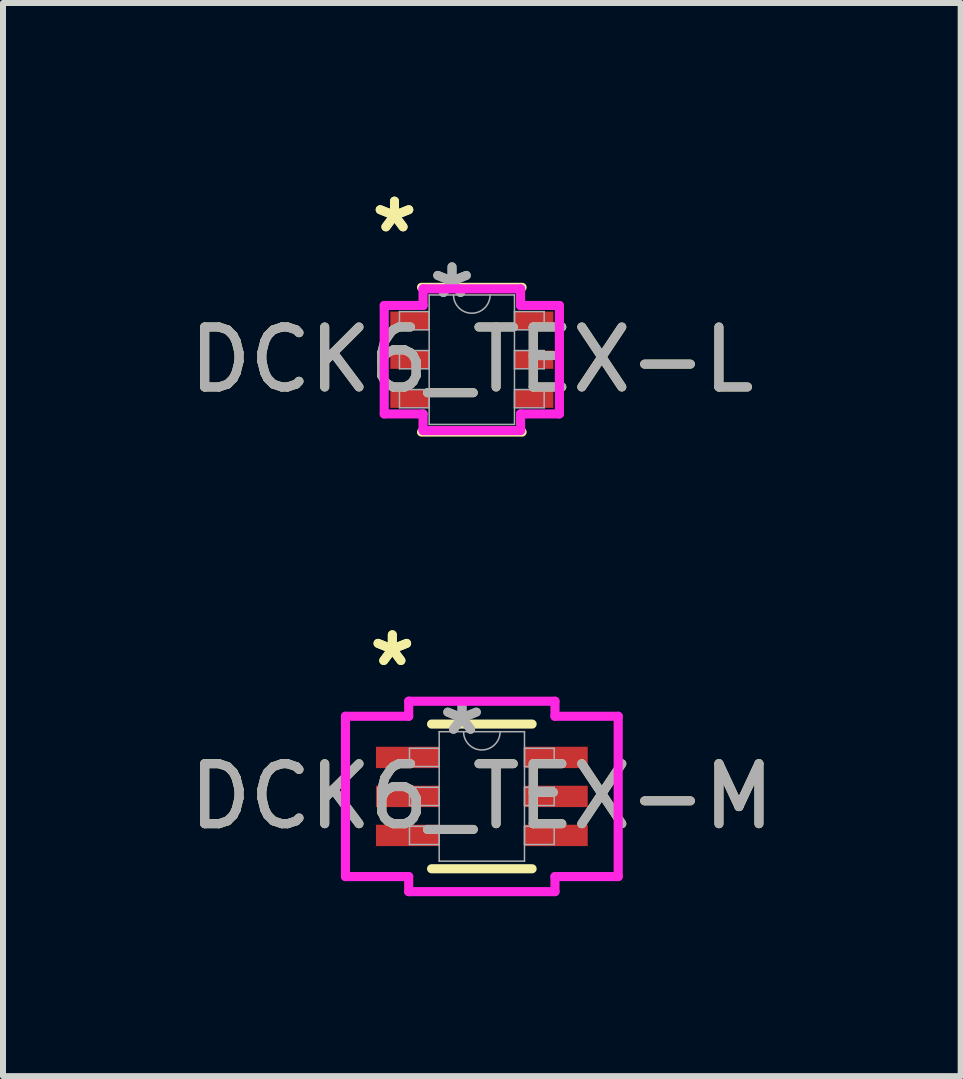
<source format=kicad_pcb>
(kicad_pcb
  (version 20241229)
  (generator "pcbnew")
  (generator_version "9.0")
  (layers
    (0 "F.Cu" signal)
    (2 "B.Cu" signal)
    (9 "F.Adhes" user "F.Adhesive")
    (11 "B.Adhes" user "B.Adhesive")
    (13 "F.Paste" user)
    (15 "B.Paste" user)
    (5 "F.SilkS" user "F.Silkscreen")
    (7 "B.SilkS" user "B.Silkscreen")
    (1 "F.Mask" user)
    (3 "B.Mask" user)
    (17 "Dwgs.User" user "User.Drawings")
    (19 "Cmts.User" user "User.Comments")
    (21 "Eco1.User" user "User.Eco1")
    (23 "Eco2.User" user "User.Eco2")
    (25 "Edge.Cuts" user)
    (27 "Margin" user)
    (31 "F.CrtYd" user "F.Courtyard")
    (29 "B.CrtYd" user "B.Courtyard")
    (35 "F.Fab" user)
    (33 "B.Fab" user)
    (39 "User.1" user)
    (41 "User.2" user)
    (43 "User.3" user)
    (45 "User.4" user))
  (footprint "DCK6_TEX-L"
    (layer "F.Cu")
    (at 4.815 2.946)
    (property "Reference" "DCK6_TEX-L" (at 0 0 0) (unlocked yes) (layer "F.SilkS") (effects (font (size 1 1) (thickness 0.15))))
    (attr smd)
    (fp_line (start -0.838 1.206) (end 0.838 1.206) (stroke (width 0.152) (type solid)) (layer "F.SilkS"))
    (fp_line (start 0.838 -1.206) (end -0.838 -1.206) (stroke (width 0.152) (type solid)) (layer "F.SilkS"))
    (fp_line (start -1.46 -0.904) (end -0.813 -0.904) (stroke (width 0.152) (type solid)) (layer "F.CrtYd"))
    (fp_line (start -1.46 0.904) (end -1.46 -0.904) (stroke (width 0.152) (type solid)) (layer "F.CrtYd"))
    (fp_line (start -1.46 0.904) (end -0.813 0.904) (stroke (width 0.152) (type solid)) (layer "F.CrtYd"))
    (fp_line (start -0.813 -1.181) (end 0.813 -1.181) (stroke (width 0.152) (type solid)) (layer "F.CrtYd"))
    (fp_line (start -0.813 -0.904) (end -0.813 -1.181) (stroke (width 0.152) (type solid)) (layer "F.CrtYd"))
    (fp_line (start -0.813 1.181) (end -0.813 0.904) (stroke (width 0.152) (type solid)) (layer "F.CrtYd"))
    (fp_line (start 0.813 -1.181) (end 0.813 -0.904) (stroke (width 0.152) (type solid)) (layer "F.CrtYd"))
    (fp_line (start 0.813 0.904) (end 0.813 1.181) (stroke (width 0.152) (type solid)) (layer "F.CrtYd"))
    (fp_line (start 0.813 1.181) (end -0.813 1.181) (stroke (width 0.152) (type solid)) (layer "F.CrtYd"))
    (fp_line (start 1.46 -0.904) (end 0.813 -0.904) (stroke (width 0.152) (type solid)) (layer "F.CrtYd"))
    (fp_line (start 1.46 -0.904) (end 1.46 0.904) (stroke (width 0.152) (type solid)) (layer "F.CrtYd"))
    (fp_line (start 1.46 0.904) (end 0.813 0.904) (stroke (width 0.152) (type solid)) (layer "F.CrtYd"))
    (fp_line (start -1.206 -0.802) (end -1.206 -0.498) (stroke (width 0.025) (type solid)) (layer "F.Fab"))
    (fp_line (start -1.206 -0.498) (end -0.711 -0.498) (stroke (width 0.025) (type solid)) (layer "F.Fab"))
    (fp_line (start -1.206 -0.152) (end -1.206 0.152) (stroke (width 0.025) (type solid)) (layer "F.Fab"))
    (fp_line (start -1.206 0.152) (end -0.711 0.152) (stroke (width 0.025) (type solid)) (layer "F.Fab"))
    (fp_line (start -1.206 0.498) (end -1.206 0.802) (stroke (width 0.025) (type solid)) (layer "F.Fab"))
    (fp_line (start -1.206 0.802) (end -0.711 0.802) (stroke (width 0.025) (type solid)) (layer "F.Fab"))
    (fp_line (start -0.711 -1.079) (end -0.711 1.079) (stroke (width 0.025) (type solid)) (layer "F.Fab"))
    (fp_line (start -0.711 -0.802) (end -1.206 -0.802) (stroke (width 0.025) (type solid)) (layer "F.Fab"))
    (fp_line (start -0.711 -0.498) (end -0.711 -0.802) (stroke (width 0.025) (type solid)) (layer "F.Fab"))
    (fp_line (start -0.711 -0.152) (end -1.206 -0.152) (stroke (width 0.025) (type solid)) (layer "F.Fab"))
    (fp_line (start -0.711 0.152) (end -0.711 -0.152) (stroke (width 0.025) (type solid)) (layer "F.Fab"))
    (fp_line (start -0.711 0.498) (end -1.206 0.498) (stroke (width 0.025) (type solid)) (layer "F.Fab"))
    (fp_line (start -0.711 0.802) (end -0.711 0.498) (stroke (width 0.025) (type solid)) (layer "F.Fab"))
    (fp_line (start -0.711 1.079) (end 0.711 1.079) (stroke (width 0.025) (type solid)) (layer "F.Fab"))
    (fp_line (start 0.711 -1.079) (end -0.711 -1.079) (stroke (width 0.025) (type solid)) (layer "F.Fab"))
    (fp_line (start 0.711 -0.802) (end 0.711 -0.498) (stroke (width 0.025) (type solid)) (layer "F.Fab"))
    (fp_line (start 0.711 -0.498) (end 1.206 -0.498) (stroke (width 0.025) (type solid)) (layer "F.Fab"))
    (fp_line (start 0.711 -0.152) (end 0.711 0.152) (stroke (width 0.025) (type solid)) (layer "F.Fab"))
    (fp_line (start 0.711 0.152) (end 1.206 0.152) (stroke (width 0.025) (type solid)) (layer "F.Fab"))
    (fp_line (start 0.711 0.498) (end 0.711 0.802) (stroke (width 0.025) (type solid)) (layer "F.Fab"))
    (fp_line (start 0.711 0.802) (end 1.206 0.802) (stroke (width 0.025) (type solid)) (layer "F.Fab"))
    (fp_line (start 0.711 1.079) (end 0.711 -1.079) (stroke (width 0.025) (type solid)) (layer "F.Fab"))
    (fp_line (start 1.206 -0.802) (end 0.711 -0.802) (stroke (width 0.025) (type solid)) (layer "F.Fab"))
    (fp_line (start 1.206 -0.498) (end 1.206 -0.802) (stroke (width 0.025) (type solid)) (layer "F.Fab"))
    (fp_line (start 1.206 -0.152) (end 0.711 -0.152) (stroke (width 0.025) (type solid)) (layer "F.Fab"))
    (fp_line (start 1.206 0.152) (end 1.206 -0.152) (stroke (width 0.025) (type solid)) (layer "F.Fab"))
    (fp_line (start 1.206 0.498) (end 0.711 0.498) (stroke (width 0.025) (type solid)) (layer "F.Fab"))
    (fp_line (start 1.206 0.802) (end 1.206 0.498) (stroke (width 0.025) (type solid)) (layer "F.Fab"))
    (fp_arc (start 0.3048 -1.0795) (mid 0 -0.7747) (end -0.3048 -1.0795) (stroke (width 0.0254) (type solid)) (layer "F.Fab"))
    (fp_text user "*" (at -1.289 -2.098 0) (unlocked yes) (layer "F.SilkS") (effects (font (size 1 1) (thickness 0.15))))
    (fp_text user "*" (at -1.289 -2.098 0) (layer "F.SilkS") (effects (font (size 1 1) (thickness 0.15))))
    (fp_text user "${REFERENCE}" (at 0 0 0) (unlocked yes) (layer "F.Fab") (effects (font (size 1 1) (thickness 0.15))))
    (fp_text user "*" (at -0.33 -1.003 0) (layer "F.Fab") (effects (font (size 1 1) (thickness 0.15))))
    (fp_text user "*" (at -0.33 -1.003 0) (unlocked yes) (layer "F.Fab") (effects (font (size 1 1) (thickness 0.15))))
    (pad "1" smd rect (at -1.035 -0.65) (size 0.648 0.305) (layers "F.Cu" "F.Mask" "F.Paste"))
    (pad "2" smd rect (at -1.035 0) (size 0.648 0.305) (layers "F.Cu" "F.Mask" "F.Paste"))
    (pad "3" smd rect (at -1.035 0.65) (size 0.648 0.305) (layers "F.Cu" "F.Mask" "F.Paste"))
    (pad "4" smd rect (at 1.035 0.65) (size 0.648 0.305) (layers "F.Cu" "F.Mask" "F.Paste"))
    (pad "5" smd rect (at 1.035 0) (size 0.648 0.305) (layers "F.Cu" "F.Mask" "F.Paste"))
    (pad "6" smd rect (at 1.035 -0.65) (size 0.648 0.305) (layers "F.Cu" "F.Mask" "F.Paste")))
  (footprint "DCK6_TEX-M"
    (layer "F.Cu")
    (at 4.982 10.226)
    (property "Reference" "DCK6_TEX-M" (at 0 0 0) (unlocked yes) (layer "F.SilkS") (effects (font (size 1 1) (thickness 0.15))))
    (attr smd)
    (fp_line (start -0.838 1.206) (end 0.838 1.206) (stroke (width 0.152) (type solid)) (layer "F.SilkS"))
    (fp_line (start 0.838 -1.206) (end -0.838 -1.206) (stroke (width 0.152) (type solid)) (layer "F.SilkS"))
    (fp_line (start -2.273 -1.336) (end -1.219 -1.336) (stroke (width 0.152) (type solid)) (layer "F.CrtYd"))
    (fp_line (start -2.273 1.336) (end -2.273 -1.336) (stroke (width 0.152) (type solid)) (layer "F.CrtYd"))
    (fp_line (start -2.273 1.336) (end -1.219 1.336) (stroke (width 0.152) (type solid)) (layer "F.CrtYd"))
    (fp_line (start -1.219 -1.587) (end 1.219 -1.587) (stroke (width 0.152) (type solid)) (layer "F.CrtYd"))
    (fp_line (start -1.219 -1.336) (end -1.219 -1.587) (stroke (width 0.152) (type solid)) (layer "F.CrtYd"))
    (fp_line (start -1.219 1.587) (end -1.219 1.336) (stroke (width 0.152) (type solid)) (layer "F.CrtYd"))
    (fp_line (start 1.219 -1.587) (end 1.219 -1.336) (stroke (width 0.152) (type solid)) (layer "F.CrtYd"))
    (fp_line (start 1.219 1.336) (end 1.219 1.587) (stroke (width 0.152) (type solid)) (layer "F.CrtYd"))
    (fp_line (start 1.219 1.587) (end -1.219 1.587) (stroke (width 0.152) (type solid)) (layer "F.CrtYd"))
    (fp_line (start 2.273 -1.336) (end 1.219 -1.336) (stroke (width 0.152) (type solid)) (layer "F.CrtYd"))
    (fp_line (start 2.273 -1.336) (end 2.273 1.336) (stroke (width 0.152) (type solid)) (layer "F.CrtYd"))
    (fp_line (start 2.273 1.336) (end 1.219 1.336) (stroke (width 0.152) (type solid)) (layer "F.CrtYd"))
    (fp_line (start -1.206 -0.802) (end -1.206 -0.498) (stroke (width 0.025) (type solid)) (layer "F.Fab"))
    (fp_line (start -1.206 -0.498) (end -0.711 -0.498) (stroke (width 0.025) (type solid)) (layer "F.Fab"))
    (fp_line (start -1.206 -0.152) (end -1.206 0.152) (stroke (width 0.025) (type solid)) (layer "F.Fab"))
    (fp_line (start -1.206 0.152) (end -0.711 0.152) (stroke (width 0.025) (type solid)) (layer "F.Fab"))
    (fp_line (start -1.206 0.498) (end -1.206 0.802) (stroke (width 0.025) (type solid)) (layer "F.Fab"))
    (fp_line (start -1.206 0.802) (end -0.711 0.802) (stroke (width 0.025) (type solid)) (layer "F.Fab"))
    (fp_line (start -0.711 -1.079) (end -0.711 1.079) (stroke (width 0.025) (type solid)) (layer "F.Fab"))
    (fp_line (start -0.711 -0.802) (end -1.206 -0.802) (stroke (width 0.025) (type solid)) (layer "F.Fab"))
    (fp_line (start -0.711 -0.498) (end -0.711 -0.802) (stroke (width 0.025) (type solid)) (layer "F.Fab"))
    (fp_line (start -0.711 -0.152) (end -1.206 -0.152) (stroke (width 0.025) (type solid)) (layer "F.Fab"))
    (fp_line (start -0.711 0.152) (end -0.711 -0.152) (stroke (width 0.025) (type solid)) (layer "F.Fab"))
    (fp_line (start -0.711 0.498) (end -1.206 0.498) (stroke (width 0.025) (type solid)) (layer "F.Fab"))
    (fp_line (start -0.711 0.802) (end -0.711 0.498) (stroke (width 0.025) (type solid)) (layer "F.Fab"))
    (fp_line (start -0.711 1.079) (end 0.711 1.079) (stroke (width 0.025) (type solid)) (layer "F.Fab"))
    (fp_line (start 0.711 -1.079) (end -0.711 -1.079) (stroke (width 0.025) (type solid)) (layer "F.Fab"))
    (fp_line (start 0.711 -0.802) (end 0.711 -0.498) (stroke (width 0.025) (type solid)) (layer "F.Fab"))
    (fp_line (start 0.711 -0.498) (end 1.206 -0.498) (stroke (width 0.025) (type solid)) (layer "F.Fab"))
    (fp_line (start 0.711 -0.152) (end 0.711 0.152) (stroke (width 0.025) (type solid)) (layer "F.Fab"))
    (fp_line (start 0.711 0.152) (end 1.206 0.152) (stroke (width 0.025) (type solid)) (layer "F.Fab"))
    (fp_line (start 0.711 0.498) (end 0.711 0.802) (stroke (width 0.025) (type solid)) (layer "F.Fab"))
    (fp_line (start 0.711 0.802) (end 1.206 0.802) (stroke (width 0.025) (type solid)) (layer "F.Fab"))
    (fp_line (start 0.711 1.079) (end 0.711 -1.079) (stroke (width 0.025) (type solid)) (layer "F.Fab"))
    (fp_line (start 1.206 -0.802) (end 0.711 -0.802) (stroke (width 0.025) (type solid)) (layer "F.Fab"))
    (fp_line (start 1.206 -0.498) (end 1.206 -0.802) (stroke (width 0.025) (type solid)) (layer "F.Fab"))
    (fp_line (start 1.206 -0.152) (end 0.711 -0.152) (stroke (width 0.025) (type solid)) (layer "F.Fab"))
    (fp_line (start 1.206 0.152) (end 1.206 -0.152) (stroke (width 0.025) (type solid)) (layer "F.Fab"))
    (fp_line (start 1.206 0.498) (end 0.711 0.498) (stroke (width 0.025) (type solid)) (layer "F.Fab"))
    (fp_line (start 1.206 0.802) (end 1.206 0.498) (stroke (width 0.025) (type solid)) (layer "F.Fab"))
    (fp_arc (start 0.3048 -1.0795) (mid 0 -0.7747) (end -0.3048 -1.0795) (stroke (width 0.0254) (type solid)) (layer "F.Fab"))
    (fp_text user "*" (at -1.492 -2.149 0) (layer "F.SilkS") (effects (font (size 1 1) (thickness 0.15))))
    (fp_text user "*" (at -1.492 -2.149 0) (unlocked yes) (layer "F.SilkS") (effects (font (size 1 1) (thickness 0.15))))
    (fp_text user "${REFERENCE}" (at 0 0 0) (unlocked yes) (layer "F.Fab") (effects (font (size 1 1) (thickness 0.15))))
    (fp_text user "*" (at -0.33 -1.003 0) (layer "F.Fab") (effects (font (size 1 1) (thickness 0.15))))
    (fp_text user "*" (at -0.33 -1.003 0) (unlocked yes) (layer "F.Fab") (effects (font (size 1 1) (thickness 0.15))))
    (pad "1" smd rect (at -1.238 -0.65) (size 1.054 0.356) (layers "F.Cu" "F.Mask" "F.Paste"))
    (pad "2" smd rect (at -1.238 0) (size 1.054 0.356) (layers "F.Cu" "F.Mask" "F.Paste"))
    (pad "3" smd rect (at -1.238 0.65) (size 1.054 0.356) (layers "F.Cu" "F.Mask" "F.Paste"))
    (pad "4" smd rect (at 1.238 0.65) (size 1.054 0.356) (layers "F.Cu" "F.Mask" "F.Paste"))
    (pad "5" smd rect (at 1.238 0) (size 1.054 0.356) (layers "F.Cu" "F.Mask" "F.Paste"))
    (pad "6" smd rect (at 1.238 -0.65) (size 1.054 0.356) (layers "F.Cu" "F.Mask" "F.Paste")))
  (gr_rect
    (start -3 -3)
    (end 12.964 14.889)
    (stroke (width 0.1) (type default))
    (fill no)
    (layer "Edge.Cuts")))
</source>
